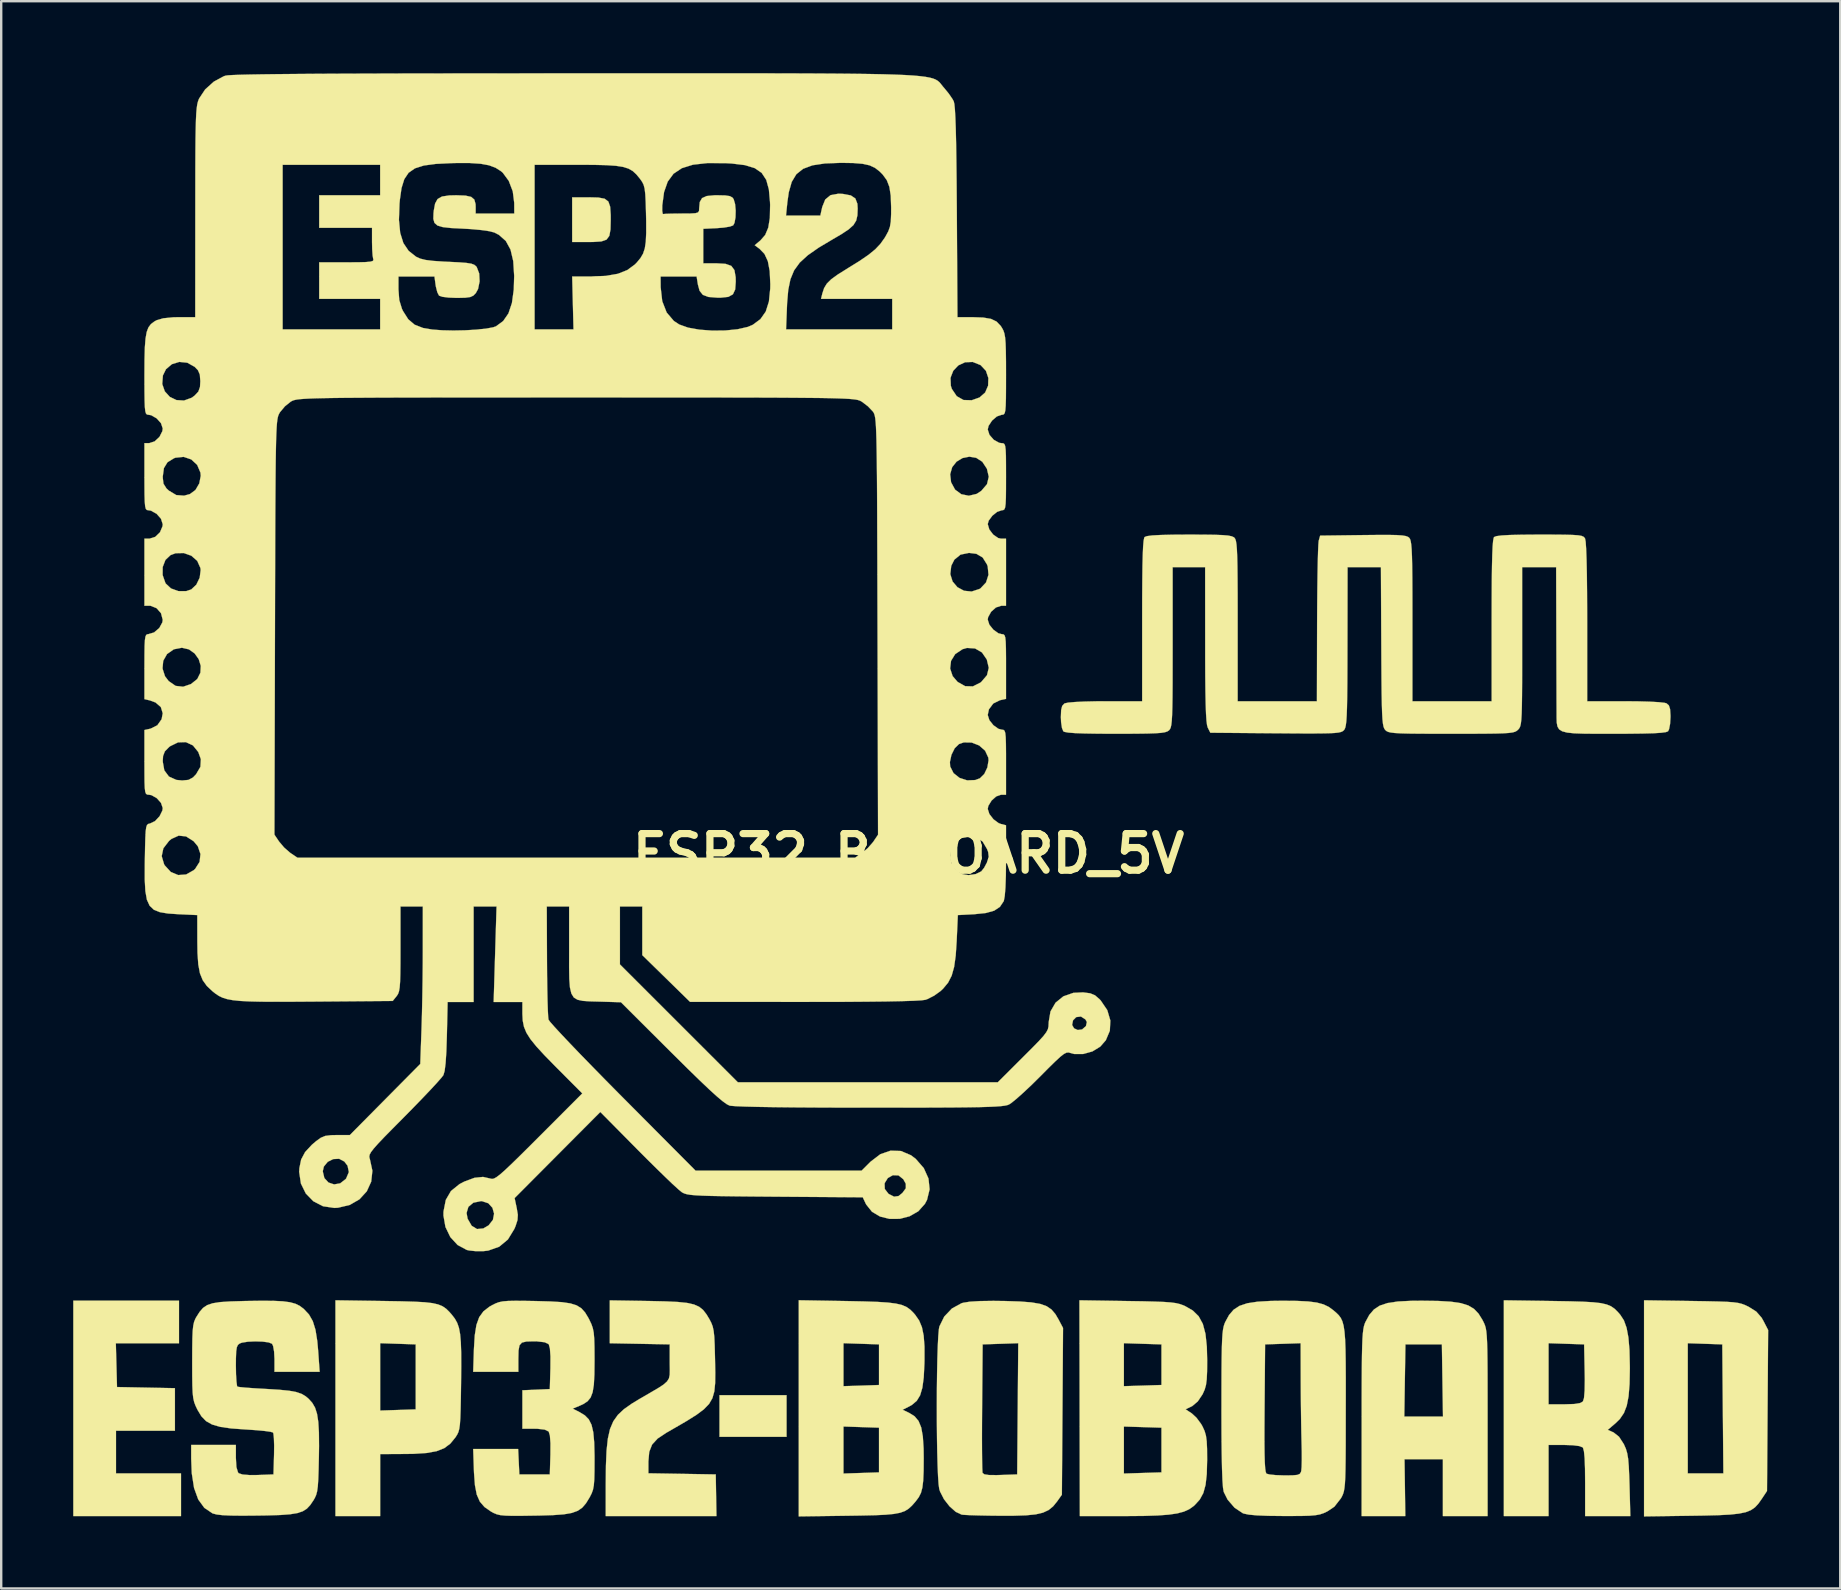
<source format=kicad_pcb>
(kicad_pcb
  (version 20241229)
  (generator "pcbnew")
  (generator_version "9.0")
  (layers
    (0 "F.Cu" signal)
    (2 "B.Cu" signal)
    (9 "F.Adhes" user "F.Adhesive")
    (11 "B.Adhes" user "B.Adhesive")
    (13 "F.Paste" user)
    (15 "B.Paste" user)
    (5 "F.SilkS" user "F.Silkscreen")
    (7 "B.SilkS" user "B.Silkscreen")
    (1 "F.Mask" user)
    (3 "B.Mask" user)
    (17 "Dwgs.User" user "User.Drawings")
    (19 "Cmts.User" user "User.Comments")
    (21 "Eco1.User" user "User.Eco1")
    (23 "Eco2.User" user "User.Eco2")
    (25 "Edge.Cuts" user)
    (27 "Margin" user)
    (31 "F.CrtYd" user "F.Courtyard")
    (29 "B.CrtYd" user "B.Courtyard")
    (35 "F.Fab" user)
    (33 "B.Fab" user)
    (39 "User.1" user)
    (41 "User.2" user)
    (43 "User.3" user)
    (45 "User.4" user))
  (footprint "ESP32_BOBOARD_5V"
    (layer "F.Cu")
    (at 34.803 32.518)
    (property "Reference" "ESP32_BOBOARD_5V" (at 0 0 0) (layer "F.SilkS") (effects (font (size 1.524 1.524) (thickness 0.3))))
    (attr exclude_from_pos_files exclude_from_bom)
    (fp_poly (pts (xy -5.08 24.299) (xy -7.874 24.299) (xy -7.874 22.564) (xy -5.08 22.564) (xy -5.08 24.299)) (stroke (width 0.01) (type solid)) (fill yes) (layer "F.SilkS"))
    (fp_poly (pts (xy -30.395 20.405) (xy -33.026 20.405) (xy -33.002 21.315) (xy -32.978 22.225) (xy -30.565 22.272) (xy -30.565 24.045) (xy -33.02 24.045) (xy -33.02 25.823) (xy -30.311 25.823) (xy -30.311 27.601) (xy -34.798 27.601) (xy -34.798 18.627) (xy -30.395 18.627) (xy -30.395 20.405)) (stroke (width 0.01) (type solid)) (fill yes) (layer "F.SilkS"))
    (fp_poly (pts (xy -12.923 -27.337) (xy -12.659 -27.288) (xy -12.505 -27.17) (xy -12.43 -26.955) (xy -12.407 -26.612) (xy -12.406 -26.416) (xy -12.416 -26.009) (xy -12.464 -25.742) (xy -12.58 -25.585) (xy -12.793 -25.509) (xy -13.131 -25.486) (xy -13.324 -25.485) (xy -14.012 -25.485) (xy -14.013 -26.416) (xy -14.013 -27.347) (xy -13.325 -27.347) (xy -12.923 -27.337)) (stroke (width 0.01) (type solid)) (fill yes) (layer "F.SilkS"))
    (fp_poly (pts (xy 32.618 18.64) (xy 33.248 18.65) (xy 33.733 18.661) (xy 34.098 18.674) (xy 34.369 18.694) (xy 34.57 18.721) (xy 34.726 18.76) (xy 34.861 18.811) (xy 35.001 18.878) (xy 35.006 18.881) (xy 35.326 19.082) (xy 35.546 19.335) (xy 35.623 19.471) (xy 35.819 19.849) (xy 35.772 26.556) (xy 35.546 26.896) (xy 35.41 27.087) (xy 35.269 27.238) (xy 35.103 27.353) (xy 34.888 27.439) (xy 34.604 27.498) (xy 34.23 27.539) (xy 33.742 27.564) (xy 33.12 27.58) (xy 32.66 27.587) (xy 30.649 27.615) (xy 30.649 25.823) (xy 32.47 25.823) (xy 33.954 25.823) (xy 33.931 23.135) (xy 33.909 20.447) (xy 33.189 20.423) (xy 32.47 20.399) (xy 32.47 25.823) (xy 30.649 25.823) (xy 30.649 18.611) (xy 32.618 18.64)) (stroke (width 0.01) (type solid)) (fill yes) (layer "F.SilkS"))
    (fp_poly (pts (xy -21.823 18.641) (xy -21.128 18.653) (xy -20.581 18.669) (xy -20.157 18.692) (xy -19.836 18.729) (xy -19.595 18.784) (xy -19.411 18.861) (xy -19.261 18.965) (xy -19.124 19.1) (xy -19.02 19.22) (xy -18.897 19.381) (xy -18.802 19.553) (xy -18.731 19.757) (xy -18.682 20.018) (xy -18.652 20.356) (xy -18.637 20.796) (xy -18.635 21.36) (xy -18.642 22.062) (xy -18.651 22.687) (xy -18.661 23.166) (xy -18.673 23.523) (xy -18.691 23.782) (xy -18.717 23.966) (xy -18.753 24.1) (xy -18.803 24.206) (xy -18.867 24.308) (xy -18.881 24.328) (xy -19.091 24.584) (xy -19.341 24.771) (xy -19.66 24.897) (xy -20.077 24.973) (xy -20.619 25.008) (xy -20.928 25.013) (xy -22.012 25.019) (xy -22.013 26.31) (xy -22.013 27.601) (xy -23.876 27.601) (xy -23.876 23.205) (xy -22.013 23.205) (xy -20.532 23.156) (xy -20.532 20.447) (xy -22.013 20.398) (xy -22.013 23.205) (xy -23.876 23.205) (xy -23.876 18.611) (xy -21.823 18.641)) (stroke (width 0.01) (type solid)) (fill yes) (layer "F.SilkS"))
    (fp_poly (pts (xy 22.073 18.638) (xy 22.604 18.669) (xy 23.014 18.729) (xy 23.325 18.826) (xy 23.563 18.968) (xy 23.75 19.163) (xy 23.91 19.419) (xy 23.939 19.475) (xy 23.984 19.566) (xy 24.021 19.657) (xy 24.052 19.764) (xy 24.076 19.904) (xy 24.094 20.092) (xy 24.108 20.344) (xy 24.118 20.675) (xy 24.124 21.103) (xy 24.128 21.642) (xy 24.129 22.308) (xy 24.13 23.118) (xy 24.13 23.725) (xy 24.13 27.601) (xy 22.267 27.601) (xy 22.267 25.231) (xy 20.668 25.231) (xy 20.685 26.416) (xy 20.701 27.601) (xy 19.791 27.601) (xy 18.881 27.601) (xy 18.883 23.728) (xy 18.883 23.453) (xy 20.659 23.453) (xy 22.271 23.453) (xy 22.248 21.95) (xy 22.225 20.447) (xy 20.706 20.447) (xy 20.682 21.95) (xy 20.659 23.453) (xy 18.883 23.453) (xy 18.883 22.811) (xy 18.885 22.047) (xy 18.889 21.421) (xy 18.895 20.918) (xy 18.904 20.521) (xy 18.916 20.214) (xy 18.933 19.983) (xy 18.954 19.811) (xy 18.98 19.682) (xy 19.012 19.581) (xy 19.04 19.516) (xy 19.201 19.219) (xy 19.392 18.995) (xy 19.637 18.833) (xy 19.961 18.725) (xy 20.388 18.661) (xy 20.943 18.633) (xy 21.397 18.629) (xy 22.073 18.638)) (stroke (width 0.01) (type solid)) (fill yes) (layer "F.SilkS"))
    (fp_poly (pts (xy -10.774 18.641) (xy -10.121 18.656) (xy -9.613 18.68) (xy -9.226 18.72) (xy -8.937 18.785) (xy -8.722 18.881) (xy -8.556 19.015) (xy -8.416 19.196) (xy -8.297 19.393) (xy -8.216 19.549) (xy -8.157 19.703) (xy -8.118 19.887) (xy -8.091 20.135) (xy -8.075 20.479) (xy -8.063 20.952) (xy -8.06 21.082) (xy -8.05 21.625) (xy -8.055 22.058) (xy -8.089 22.404) (xy -8.169 22.687) (xy -8.309 22.929) (xy -8.526 23.153) (xy -8.835 23.384) (xy -9.251 23.645) (xy -9.79 23.958) (xy -10.086 24.128) (xy -10.453 24.372) (xy -10.683 24.623) (xy -10.802 24.926) (xy -10.837 25.326) (xy -10.837 25.351) (xy -10.837 25.819) (xy -9.434 25.842) (xy -8.03 25.866) (xy -8.001 27.601) (xy -10.308 27.601) (xy -12.615 27.601) (xy -12.614 26.268) (xy -12.606 25.499) (xy -12.58 24.876) (xy -12.526 24.376) (xy -12.436 23.976) (xy -12.299 23.653) (xy -12.107 23.383) (xy -11.852 23.144) (xy -11.523 22.913) (xy -11.218 22.728) (xy -10.763 22.464) (xy -10.43 22.269) (xy -10.201 22.119) (xy -10.058 21.991) (xy -9.98 21.864) (xy -9.948 21.713) (xy -9.944 21.516) (xy -9.948 21.249) (xy -9.948 21.207) (xy -9.948 20.447) (xy -11.197 20.424) (xy -12.446 20.4) (xy -12.446 18.614) (xy -10.774 18.641)) (stroke (width 0.01) (type solid)) (fill yes) (layer "F.SilkS"))
    (fp_poly (pts (xy -2.561 18.643) (xy -1.853 18.658) (xy -1.293 18.677) (xy -0.858 18.705) (xy -0.526 18.747) (xy -0.274 18.807) (xy -0.082 18.889) (xy 0.073 18.999) (xy 0.214 19.139) (xy 0.277 19.212) (xy 0.444 19.452) (xy 0.561 19.733) (xy 0.633 20.084) (xy 0.667 20.535) (xy 0.667 21.118) (xy 0.664 21.248) (xy 0.636 21.821) (xy 0.579 22.253) (xy 0.485 22.57) (xy 0.345 22.799) (xy 0.147 22.967) (xy 0.023 23.037) (xy -0.244 23.172) (xy 0.034 23.305) (xy 0.256 23.445) (xy 0.419 23.638) (xy 0.531 23.91) (xy 0.598 24.284) (xy 0.63 24.786) (xy 0.635 25.188) (xy 0.631 25.723) (xy 0.614 26.121) (xy 0.579 26.414) (xy 0.52 26.635) (xy 0.429 26.815) (xy 0.301 26.987) (xy 0.286 27.005) (xy 0.143 27.168) (xy 0.004 27.295) (xy -0.152 27.392) (xy -0.349 27.463) (xy -0.609 27.512) (xy -0.954 27.545) (xy -1.406 27.566) (xy -1.989 27.579) (xy -2.519 27.587) (xy -4.572 27.615) (xy -4.572 25.83) (xy -2.709 25.83) (xy -1.228 25.781) (xy -1.228 23.918) (xy -2.709 23.869) (xy -2.709 25.83) (xy -4.572 25.83) (xy -4.572 22.189) (xy -2.709 22.189) (xy -1.228 22.14) (xy -1.228 20.447) (xy -2.709 20.398) (xy -2.709 22.189) (xy -4.572 22.189) (xy -4.572 18.609) (xy -2.561 18.643)) (stroke (width 0.01) (type solid)) (fill yes) (layer "F.SilkS"))
    (fp_poly (pts (xy 26.86 18.641) (xy 27.555 18.653) (xy 28.103 18.669) (xy 28.526 18.693) (xy 28.847 18.729) (xy 29.089 18.784) (xy 29.272 18.86) (xy 29.421 18.963) (xy 29.557 19.098) (xy 29.658 19.214) (xy 29.81 19.448) (xy 29.921 19.756) (xy 29.997 20.16) (xy 30.041 20.683) (xy 30.056 21.347) (xy 30.057 21.452) (xy 30.045 22.101) (xy 30.004 22.608) (xy 29.928 23.002) (xy 29.81 23.308) (xy 29.642 23.555) (xy 29.468 23.726) (xy 29.137 24.009) (xy 29.38 24.117) (xy 29.606 24.296) (xy 29.809 24.608) (xy 29.815 24.622) (xy 29.892 24.798) (xy 29.947 24.984) (xy 29.986 25.214) (xy 30.012 25.522) (xy 30.031 25.942) (xy 30.043 26.31) (xy 30.077 27.601) (xy 28.194 27.601) (xy 28.194 26.221) (xy 28.189 25.627) (xy 28.173 25.191) (xy 28.145 24.905) (xy 28.105 24.756) (xy 28.092 24.74) (xy 27.95 24.684) (xy 27.672 24.649) (xy 27.33 24.638) (xy 26.67 24.638) (xy 26.67 27.601) (xy 24.807 27.601) (xy 24.807 22.945) (xy 26.67 22.945) (xy 27.337 22.945) (xy 27.738 22.932) (xy 27.989 22.89) (xy 28.101 22.827) (xy 28.147 22.682) (xy 28.173 22.377) (xy 28.18 21.909) (xy 28.175 21.578) (xy 28.152 20.447) (xy 27.411 20.423) (xy 26.67 20.398) (xy 26.67 22.945) (xy 24.807 22.945) (xy 24.807 18.611) (xy 26.86 18.641)) (stroke (width 0.01) (type solid)) (fill yes) (layer "F.SilkS"))
    (fp_poly (pts (xy 4.015 18.641) (xy 4.64 18.661) (xy 5.122 18.698) (xy 5.485 18.76) (xy 5.756 18.856) (xy 5.959 18.995) (xy 6.121 19.185) (xy 6.243 19.392) (xy 6.44 19.764) (xy 6.416 23.238) (xy 6.392 26.712) (xy 6.189 26.997) (xy 6.024 27.199) (xy 5.838 27.35) (xy 5.606 27.458) (xy 5.301 27.53) (xy 4.898 27.57) (xy 4.373 27.587) (xy 3.852 27.588) (xy 3.362 27.583) (xy 2.919 27.574) (xy 2.556 27.563) (xy 2.307 27.55) (xy 2.216 27.541) (xy 1.97 27.425) (xy 1.711 27.196) (xy 1.48 26.9) (xy 1.317 26.582) (xy 1.283 26.477) (xy 1.255 26.277) (xy 1.232 25.935) (xy 1.213 25.476) (xy 1.198 24.924) (xy 1.188 24.325) (xy 3.062 24.325) (xy 3.064 24.853) (xy 3.068 25.285) (xy 3.074 25.6) (xy 3.083 25.776) (xy 3.088 25.805) (xy 3.163 25.862) (xy 3.35 25.891) (xy 3.672 25.895) (xy 3.83 25.89) (xy 4.53 25.866) (xy 4.552 23.132) (xy 4.574 20.398) (xy 3.832 20.423) (xy 3.09 20.447) (xy 3.068 23.071) (xy 3.064 23.724) (xy 3.062 24.325) (xy 1.188 24.325) (xy 1.188 24.303) (xy 1.182 23.639) (xy 1.181 22.955) (xy 1.184 22.276) (xy 1.192 21.626) (xy 1.204 21.031) (xy 1.221 20.514) (xy 1.242 20.101) (xy 1.267 19.815) (xy 1.287 19.704) (xy 1.491 19.288) (xy 1.811 18.952) (xy 2.207 18.735) (xy 2.281 18.713) (xy 2.554 18.669) (xy 2.98 18.643) (xy 3.54 18.635) (xy 4.015 18.641)) (stroke (width 0.01) (type solid)) (fill yes) (layer "F.SilkS"))
    (fp_poly (pts (xy 9.128 18.642) (xy 9.773 18.652) (xy 10.273 18.665) (xy 10.652 18.68) (xy 10.934 18.701) (xy 11.145 18.729) (xy 11.308 18.768) (xy 11.448 18.818) (xy 11.522 18.85) (xy 11.848 19.038) (xy 12.093 19.279) (xy 12.265 19.595) (xy 12.375 20.01) (xy 12.432 20.547) (xy 12.446 21.119) (xy 12.442 21.574) (xy 12.427 21.901) (xy 12.396 22.14) (xy 12.342 22.331) (xy 12.26 22.515) (xy 12.255 22.525) (xy 12.056 22.822) (xy 11.826 23.017) (xy 11.806 23.027) (xy 11.547 23.153) (xy 11.806 23.324) (xy 12.003 23.507) (xy 12.194 23.765) (xy 12.255 23.873) (xy 12.339 24.058) (xy 12.394 24.248) (xy 12.426 24.482) (xy 12.441 24.803) (xy 12.444 25.251) (xy 12.444 25.27) (xy 12.429 25.852) (xy 12.379 26.299) (xy 12.285 26.642) (xy 12.137 26.913) (xy 11.926 27.145) (xy 11.868 27.195) (xy 11.691 27.319) (xy 11.475 27.416) (xy 11.199 27.49) (xy 10.842 27.542) (xy 10.382 27.576) (xy 9.799 27.595) (xy 9.071 27.601) (xy 8.942 27.601) (xy 7.14 27.601) (xy 7.136 25.83) (xy 8.975 25.83) (xy 9.758 25.805) (xy 10.541 25.781) (xy 10.541 23.918) (xy 9.758 23.894) (xy 8.975 23.87) (xy 8.975 25.83) (xy 7.136 25.83) (xy 7.131 23.106) (xy 7.13 22.189) (xy 8.975 22.189) (xy 9.758 22.165) (xy 10.541 22.14) (xy 10.541 20.447) (xy 9.758 20.423) (xy 8.975 20.398) (xy 8.975 22.189) (xy 7.13 22.189) (xy 7.123 18.611) (xy 9.128 18.642)) (stroke (width 0.01) (type solid)) (fill yes) (layer "F.SilkS"))
    (fp_poly (pts (xy 16.188 18.636) (xy 16.658 18.659) (xy 17.016 18.706) (xy 17.293 18.781) (xy 17.516 18.889) (xy 17.696 19.021) (xy 17.823 19.129) (xy 17.928 19.232) (xy 18.012 19.345) (xy 18.079 19.486) (xy 18.13 19.671) (xy 18.167 19.916) (xy 18.193 20.238) (xy 18.209 20.655) (xy 18.217 21.182) (xy 18.221 21.836) (xy 18.221 22.634) (xy 18.22 23.128) (xy 18.219 23.972) (xy 18.218 24.663) (xy 18.214 25.219) (xy 18.208 25.658) (xy 18.199 25.995) (xy 18.185 26.249) (xy 18.165 26.437) (xy 18.14 26.576) (xy 18.107 26.682) (xy 18.066 26.774) (xy 18.02 26.859) (xy 17.746 27.21) (xy 17.445 27.411) (xy 17.293 27.481) (xy 17.141 27.532) (xy 16.957 27.565) (xy 16.711 27.586) (xy 16.372 27.596) (xy 15.909 27.598) (xy 15.624 27.598) (xy 14.993 27.591) (xy 14.516 27.572) (xy 14.179 27.541) (xy 13.966 27.496) (xy 13.928 27.481) (xy 13.586 27.252) (xy 13.297 26.917) (xy 13.135 26.594) (xy 13.106 26.423) (xy 13.082 26.099) (xy 13.064 25.618) (xy 13.051 24.978) (xy 13.046 24.513) (xy 14.831 24.513) (xy 14.836 24.998) (xy 14.846 25.357) (xy 14.862 25.606) (xy 14.884 25.759) (xy 14.914 25.831) (xy 14.921 25.837) (xy 15.054 25.87) (xy 15.305 25.895) (xy 15.624 25.906) (xy 15.675 25.907) (xy 16.005 25.904) (xy 16.202 25.886) (xy 16.306 25.843) (xy 16.353 25.765) (xy 16.366 25.718) (xy 16.381 25.558) (xy 16.388 25.273) (xy 16.387 24.904) (xy 16.379 24.553) (xy 16.369 24.134) (xy 16.36 23.598) (xy 16.352 22.998) (xy 16.347 22.386) (xy 16.345 21.989) (xy 16.341 20.398) (xy 15.6 20.423) (xy 14.859 20.447) (xy 14.837 23.108) (xy 14.832 23.888) (xy 14.831 24.513) (xy 13.046 24.513) (xy 13.043 24.176) (xy 13.04 23.208) (xy 13.041 23.08) (xy 13.042 22.248) (xy 13.044 21.567) (xy 13.049 21.021) (xy 13.057 20.591) (xy 13.069 20.261) (xy 13.085 20.012) (xy 13.107 19.828) (xy 13.135 19.69) (xy 13.17 19.581) (xy 13.198 19.516) (xy 13.357 19.225) (xy 13.547 19.003) (xy 13.792 18.843) (xy 14.117 18.734) (xy 14.545 18.669) (xy 15.1 18.637) (xy 15.579 18.631) (xy 16.188 18.636)) (stroke (width 0.01) (type solid)) (fill yes) (layer "F.SilkS"))
    (fp_poly (pts (xy -15.961 18.635) (xy -15.536 18.642) (xy -14.918 18.659) (xy -14.444 18.688) (xy -14.087 18.74) (xy -13.824 18.823) (xy -13.628 18.946) (xy -13.474 19.118) (xy -13.336 19.347) (xy -13.293 19.432) (xy -13.21 19.607) (xy -13.153 19.772) (xy -13.115 19.962) (xy -13.094 20.212) (xy -13.084 20.555) (xy -13.081 21.027) (xy -13.081 21.128) (xy -13.087 21.7) (xy -13.11 22.129) (xy -13.16 22.441) (xy -13.244 22.662) (xy -13.371 22.818) (xy -13.549 22.935) (xy -13.691 23) (xy -13.991 23.125) (xy -13.708 23.268) (xy -13.485 23.404) (xy -13.32 23.572) (xy -13.206 23.799) (xy -13.133 24.11) (xy -13.095 24.532) (xy -13.081 25.09) (xy -13.081 25.231) (xy -13.083 25.717) (xy -13.091 26.069) (xy -13.111 26.321) (xy -13.146 26.506) (xy -13.202 26.659) (xy -13.282 26.816) (xy -13.293 26.835) (xy -13.439 27.072) (xy -13.593 27.251) (xy -13.78 27.381) (xy -14.026 27.47) (xy -14.358 27.528) (xy -14.799 27.561) (xy -15.377 27.579) (xy -15.579 27.582) (xy -16.117 27.59) (xy -16.515 27.591) (xy -16.801 27.582) (xy -17.006 27.562) (xy -17.157 27.526) (xy -17.284 27.473) (xy -17.394 27.413) (xy -17.666 27.224) (xy -17.859 27) (xy -17.988 26.708) (xy -18.064 26.316) (xy -18.103 25.793) (xy -18.106 25.718) (xy -18.137 24.807) (xy -16.264 24.807) (xy -16.239 25.337) (xy -16.214 25.866) (xy -14.944 25.866) (xy -14.919 25.031) (xy -14.917 24.565) (xy -14.941 24.244) (xy -14.991 24.081) (xy -14.993 24.079) (xy -15.156 23.999) (xy -15.467 23.963) (xy -15.589 23.961) (xy -16.087 23.961) (xy -16.087 22.36) (xy -14.944 22.31) (xy -14.919 21.433) (xy -14.917 20.949) (xy -14.94 20.618) (xy -14.988 20.445) (xy -14.993 20.438) (xy -15.158 20.359) (xy -15.482 20.322) (xy -15.622 20.32) (xy -15.921 20.328) (xy -16.107 20.373) (xy -16.208 20.488) (xy -16.248 20.705) (xy -16.256 21.057) (xy -16.256 21.089) (xy -16.256 21.59) (xy -18.137 21.59) (xy -18.106 20.637) (xy -18.071 20.067) (xy -18.002 19.636) (xy -17.886 19.314) (xy -17.711 19.072) (xy -17.465 18.88) (xy -17.35 18.815) (xy -17.205 18.742) (xy -17.065 18.69) (xy -16.902 18.656) (xy -16.683 18.638) (xy -16.38 18.632) (xy -15.961 18.635)) (stroke (width 0.01) (type solid)) (fill yes) (layer "F.SilkS"))
    (fp_poly (pts (xy -26.457 18.634) (xy -26.065 18.653) (xy -25.769 18.693) (xy -25.543 18.755) (xy -25.364 18.843) (xy -25.206 18.962) (xy -25.194 18.972) (xy -24.977 19.204) (xy -24.819 19.482) (xy -24.708 19.84) (xy -24.633 20.31) (xy -24.596 20.722) (xy -24.535 21.59) (xy -26.416 21.59) (xy -26.416 21.057) (xy -26.432 20.75) (xy -26.473 20.517) (xy -26.518 20.422) (xy -26.66 20.365) (xy -26.912 20.332) (xy -27.22 20.322) (xy -27.525 20.336) (xy -27.77 20.375) (xy -27.861 20.408) (xy -27.937 20.466) (xy -27.985 20.566) (xy -28.012 20.742) (xy -28.023 21.028) (xy -28.025 21.334) (xy -28.019 21.693) (xy -28.002 21.983) (xy -27.979 22.166) (xy -27.961 22.209) (xy -27.857 22.227) (xy -27.618 22.25) (xy -27.275 22.275) (xy -26.864 22.299) (xy -26.767 22.304) (xy -26.221 22.338) (xy -25.813 22.378) (xy -25.514 22.432) (xy -25.293 22.507) (xy -25.119 22.609) (xy -25 22.709) (xy -24.843 22.882) (xy -24.725 23.085) (xy -24.643 23.342) (xy -24.591 23.678) (xy -24.565 24.118) (xy -24.56 24.686) (xy -24.566 25.117) (xy -24.578 25.663) (xy -24.592 26.068) (xy -24.611 26.361) (xy -24.64 26.571) (xy -24.681 26.724) (xy -24.738 26.851) (xy -24.794 26.947) (xy -24.927 27.143) (xy -25.066 27.292) (xy -25.237 27.401) (xy -25.463 27.477) (xy -25.77 27.527) (xy -26.182 27.557) (xy -26.723 27.574) (xy -27.136 27.58) (xy -27.757 27.585) (xy -28.231 27.58) (xy -28.578 27.564) (xy -28.82 27.536) (xy -28.979 27.495) (xy -29.003 27.486) (xy -29.34 27.258) (xy -29.593 26.91) (xy -29.767 26.432) (xy -29.863 25.817) (xy -29.887 25.203) (xy -29.887 24.638) (xy -28.025 24.638) (xy -28.025 25.178) (xy -28.003 25.56) (xy -27.937 25.78) (xy -27.906 25.817) (xy -27.746 25.87) (xy -27.445 25.894) (xy -27.123 25.891) (xy -26.458 25.866) (xy -26.434 25.026) (xy -26.43 24.663) (xy -26.44 24.365) (xy -26.46 24.17) (xy -26.478 24.119) (xy -26.584 24.089) (xy -26.826 24.055) (xy -27.167 24.023) (xy -27.575 23.995) (xy -27.634 23.992) (xy -28.227 23.949) (xy -28.679 23.884) (xy -29.016 23.786) (xy -29.268 23.644) (xy -29.461 23.445) (xy -29.622 23.178) (xy -29.633 23.156) (xy -29.708 22.999) (xy -29.763 22.851) (xy -29.801 22.683) (xy -29.825 22.466) (xy -29.838 22.169) (xy -29.844 21.765) (xy -29.845 21.224) (xy -29.845 21.167) (xy -29.843 20.605) (xy -29.837 20.186) (xy -29.824 19.881) (xy -29.8 19.664) (xy -29.765 19.508) (xy -29.715 19.384) (xy -29.676 19.313) (xy -29.536 19.093) (xy -29.394 18.929) (xy -29.222 18.813) (xy -28.994 18.735) (xy -28.682 18.686) (xy -28.258 18.658) (xy -27.696 18.642) (xy -27.624 18.64) (xy -26.968 18.631) (xy -26.457 18.634)) (stroke (width 0.01) (type solid)) (fill yes) (layer "F.SilkS"))
    (fp_poly (pts (xy 26.901 -13.292) (xy 27.351 -13.288) (xy 27.677 -13.279) (xy 27.9 -13.264) (xy 28.042 -13.24) (xy 28.126 -13.205) (xy 28.174 -13.157) (xy 28.191 -13.129) (xy 28.216 -12.996) (xy 28.236 -12.7) (xy 28.253 -12.247) (xy 28.266 -11.645) (xy 28.274 -10.898) (xy 28.278 -10.014) (xy 28.279 -9.658) (xy 28.279 -6.35) (xy 29.851 -6.35) (xy 30.408 -6.345) (xy 30.885 -6.332) (xy 31.259 -6.311) (xy 31.504 -6.284) (xy 31.586 -6.262) (xy 31.683 -6.177) (xy 31.733 -6.024) (xy 31.75 -5.757) (xy 31.75 -5.687) (xy 31.733 -5.403) (xy 31.69 -5.182) (xy 31.648 -5.097) (xy 31.559 -5.063) (xy 31.358 -5.036) (xy 31.035 -5.016) (xy 30.577 -5.004) (xy 29.97 -4.997) (xy 29.411 -4.995) (xy 28.711 -4.995) (xy 28.162 -4.999) (xy 27.746 -5.013) (xy 27.444 -5.044) (xy 27.238 -5.098) (xy 27.109 -5.181) (xy 27.04 -5.3) (xy 27.011 -5.46) (xy 27.005 -5.669) (xy 27.005 -5.827) (xy 27.004 -6.051) (xy 27.002 -6.419) (xy 27.001 -6.905) (xy 26.999 -7.483) (xy 26.997 -8.129) (xy 26.995 -8.816) (xy 26.994 -9.165) (xy 26.986 -11.938) (xy 25.569 -11.938) (xy 25.569 -8.636) (xy 25.569 -7.801) (xy 25.568 -7.118) (xy 25.564 -6.572) (xy 25.558 -6.146) (xy 25.549 -5.823) (xy 25.535 -5.588) (xy 25.516 -5.422) (xy 25.491 -5.311) (xy 25.459 -5.237) (xy 25.419 -5.185) (xy 25.4 -5.165) (xy 25.345 -5.117) (xy 25.275 -5.079) (xy 25.17 -5.05) (xy 25.012 -5.029) (xy 24.781 -5.014) (xy 24.46 -5.004) (xy 24.029 -4.999) (xy 23.47 -4.996) (xy 22.764 -4.995) (xy 22.619 -4.995) (xy 21.883 -4.996) (xy 21.298 -4.998) (xy 20.845 -5.003) (xy 20.506 -5.012) (xy 20.261 -5.027) (xy 20.093 -5.047) (xy 19.983 -5.074) (xy 19.913 -5.11) (xy 19.863 -5.155) (xy 19.862 -5.156) (xy 19.825 -5.21) (xy 19.794 -5.291) (xy 19.77 -5.416) (xy 19.75 -5.6) (xy 19.735 -5.861) (xy 19.724 -6.215) (xy 19.715 -6.677) (xy 19.709 -7.265) (xy 19.704 -7.993) (xy 19.701 -8.628) (xy 19.685 -11.938) (xy 18.99 -11.938) (xy 18.295 -11.938) (xy 18.29 -8.62) (xy 18.288 -7.774) (xy 18.285 -7.081) (xy 18.279 -6.525) (xy 18.271 -6.091) (xy 18.259 -5.762) (xy 18.244 -5.521) (xy 18.223 -5.354) (xy 18.198 -5.244) (xy 18.166 -5.174) (xy 18.145 -5.147) (xy 18.097 -5.104) (xy 18.027 -5.071) (xy 17.916 -5.045) (xy 17.746 -5.027) (xy 17.499 -5.015) (xy 17.158 -5.009) (xy 16.704 -5.007) (xy 16.118 -5.009) (xy 15.384 -5.015) (xy 15.292 -5.015) (xy 12.578 -5.038) (xy 12.471 -5.249) (xy 12.441 -5.352) (xy 12.417 -5.541) (xy 12.398 -5.829) (xy 12.384 -6.229) (xy 12.373 -6.753) (xy 12.366 -7.415) (xy 12.363 -8.227) (xy 12.363 -8.7) (xy 12.361 -11.938) (xy 11.007 -11.938) (xy 11.007 -8.607) (xy 11.006 -7.765) (xy 11.005 -7.077) (xy 11.001 -6.526) (xy 10.994 -6.095) (xy 10.984 -5.769) (xy 10.97 -5.532) (xy 10.951 -5.366) (xy 10.927 -5.257) (xy 10.896 -5.187) (xy 10.858 -5.141) (xy 10.852 -5.135) (xy 10.785 -5.091) (xy 10.681 -5.057) (xy 10.519 -5.032) (xy 10.279 -5.015) (xy 9.939 -5.004) (xy 9.478 -4.998) (xy 8.877 -4.995) (xy 8.625 -4.995) (xy 7.91 -4.998) (xy 7.353 -5.007) (xy 6.94 -5.022) (xy 6.659 -5.044) (xy 6.498 -5.074) (xy 6.452 -5.097) (xy 6.396 -5.233) (xy 6.359 -5.477) (xy 6.35 -5.687) (xy 6.361 -5.981) (xy 6.404 -6.153) (xy 6.49 -6.249) (xy 6.514 -6.262) (xy 6.656 -6.293) (xy 6.942 -6.318) (xy 7.347 -6.337) (xy 7.845 -6.348) (xy 8.207 -6.35) (xy 9.737 -6.35) (xy 9.737 -9.72) (xy 9.738 -10.63) (xy 9.743 -11.382) (xy 9.75 -11.987) (xy 9.762 -12.456) (xy 9.777 -12.8) (xy 9.797 -13.031) (xy 9.822 -13.159) (xy 9.838 -13.191) (xy 9.937 -13.229) (xy 10.156 -13.258) (xy 10.508 -13.277) (xy 11.003 -13.289) (xy 11.655 -13.293) (xy 11.695 -13.293) (xy 12.299 -13.291) (xy 12.756 -13.285) (xy 13.088 -13.272) (xy 13.317 -13.253) (xy 13.465 -13.223) (xy 13.554 -13.184) (xy 13.583 -13.16) (xy 13.617 -13.109) (xy 13.645 -13.021) (xy 13.667 -12.88) (xy 13.684 -12.671) (xy 13.697 -12.377) (xy 13.706 -11.982) (xy 13.711 -11.472) (xy 13.715 -10.83) (xy 13.716 -10.041) (xy 13.716 -9.688) (xy 13.716 -6.35) (xy 17.018 -6.35) (xy 17.026 -9.588) (xy 17.03 -10.321) (xy 17.036 -11.006) (xy 17.044 -11.625) (xy 17.054 -12.156) (xy 17.066 -12.581) (xy 17.079 -12.879) (xy 17.092 -13.031) (xy 17.094 -13.039) (xy 17.153 -13.25) (xy 18.94 -13.273) (xy 19.547 -13.279) (xy 20.006 -13.28) (xy 20.341 -13.273) (xy 20.573 -13.257) (xy 20.725 -13.232) (xy 20.818 -13.196) (xy 20.863 -13.161) (xy 20.897 -13.111) (xy 20.925 -13.025) (xy 20.947 -12.888) (xy 20.965 -12.683) (xy 20.978 -12.395) (xy 20.987 -12.009) (xy 20.993 -11.507) (xy 20.996 -10.876) (xy 20.997 -10.098) (xy 20.997 -9.688) (xy 20.997 -6.35) (xy 24.299 -6.35) (xy 24.299 -9.72) (xy 24.301 -10.63) (xy 24.305 -11.382) (xy 24.313 -11.987) (xy 24.325 -12.456) (xy 24.34 -12.8) (xy 24.36 -13.031) (xy 24.384 -13.159) (xy 24.401 -13.191) (xy 24.499 -13.229) (xy 24.715 -13.257) (xy 25.062 -13.277) (xy 25.553 -13.288) (xy 26.198 -13.293) (xy 26.303 -13.293) (xy 26.901 -13.292)) (stroke (width 0.01) (type solid)) (fill yes) (layer "F.SilkS"))
    (fp_poly (pts (xy -7.376 -32.513) (xy -6.119 -32.512) (xy -4.993 -32.51) (xy -3.992 -32.506) (xy -3.106 -32.501) (xy -2.33 -32.494) (xy -1.654 -32.485) (xy -1.072 -32.474) (xy -0.575 -32.459) (xy -0.157 -32.442) (xy 0.19 -32.421) (xy 0.474 -32.396) (xy 0.702 -32.367) (xy 0.883 -32.334) (xy 1.023 -32.297) (xy 1.13 -32.254) (xy 1.212 -32.206) (xy 1.276 -32.153) (xy 1.331 -32.094) (xy 1.382 -32.029) (xy 1.439 -31.957) (xy 1.482 -31.908) (xy 1.678 -31.669) (xy 1.837 -31.437) (xy 1.887 -31.343) (xy 1.912 -31.232) (xy 1.934 -31.014) (xy 1.953 -30.68) (xy 1.97 -30.222) (xy 1.984 -29.63) (xy 1.995 -28.897) (xy 2.005 -28.014) (xy 2.013 -26.971) (xy 2.015 -26.733) (xy 2.04 -22.352) (xy 2.666 -22.352) (xy 3.118 -22.336) (xy 3.441 -22.28) (xy 3.669 -22.17) (xy 3.84 -21.993) (xy 3.894 -21.91) (xy 3.953 -21.801) (xy 3.996 -21.675) (xy 4.026 -21.508) (xy 4.046 -21.272) (xy 4.057 -20.943) (xy 4.063 -20.494) (xy 4.064 -19.96) (xy 4.063 -19.389) (xy 4.06 -18.966) (xy 4.051 -18.667) (xy 4.036 -18.473) (xy 4.01 -18.359) (xy 3.973 -18.305) (xy 3.922 -18.289) (xy 3.891 -18.288) (xy 3.684 -18.217) (xy 3.481 -18.043) (xy 3.337 -17.823) (xy 3.302 -17.672) (xy 3.375 -17.447) (xy 3.553 -17.244) (xy 3.779 -17.118) (xy 3.879 -17.103) (xy 3.947 -17.098) (xy 3.996 -17.066) (xy 4.029 -16.985) (xy 4.049 -16.829) (xy 4.06 -16.575) (xy 4.063 -16.199) (xy 4.064 -15.706) (xy 4.063 -15.19) (xy 4.059 -14.82) (xy 4.047 -14.571) (xy 4.026 -14.42) (xy 3.993 -14.342) (xy 3.943 -14.313) (xy 3.891 -14.309) (xy 3.694 -14.241) (xy 3.492 -14.078) (xy 3.343 -13.875) (xy 3.302 -13.731) (xy 3.368 -13.507) (xy 3.53 -13.294) (xy 3.736 -13.151) (xy 3.858 -13.123) (xy 4.064 -13.123) (xy 4.064 -10.329) (xy 3.867 -10.329) (xy 3.645 -10.257) (xy 3.443 -10.078) (xy 3.318 -9.852) (xy 3.302 -9.749) (xy 3.37 -9.539) (xy 3.538 -9.33) (xy 3.747 -9.181) (xy 3.891 -9.144) (xy 3.956 -9.137) (xy 4.002 -9.099) (xy 4.033 -9.006) (xy 4.051 -8.833) (xy 4.06 -8.556) (xy 4.064 -8.151) (xy 4.064 -7.796) (xy 4.064 -6.448) (xy 3.81 -6.392) (xy 3.532 -6.255) (xy 3.351 -6.011) (xy 3.302 -5.777) (xy 3.37 -5.563) (xy 3.537 -5.352) (xy 3.746 -5.202) (xy 3.891 -5.165) (xy 3.956 -5.157) (xy 4.002 -5.12) (xy 4.033 -5.027) (xy 4.051 -4.855) (xy 4.06 -4.579) (xy 4.064 -4.174) (xy 4.064 -3.81) (xy 4.064 -2.455) (xy 3.858 -2.455) (xy 3.656 -2.384) (xy 3.461 -2.21) (xy 3.328 -1.992) (xy 3.302 -1.863) (xy 3.371 -1.65) (xy 3.54 -1.432) (xy 3.756 -1.272) (xy 3.851 -1.236) (xy 4.064 -1.182) (xy 4.064 0.294) (xy 4.058 0.914) (xy 4.04 1.409) (xy 4.011 1.765) (xy 3.973 1.969) (xy 3.966 1.984) (xy 3.81 2.217) (xy 3.572 2.376) (xy 3.224 2.474) (xy 2.743 2.524) (xy 2.057 2.56) (xy 2.008 3.645) (xy 1.968 4.251) (xy 1.902 4.72) (xy 1.8 5.084) (xy 1.651 5.375) (xy 1.445 5.623) (xy 1.329 5.732) (xy 1.067 5.919) (xy 0.785 6.062) (xy 0.701 6.091) (xy 0.535 6.112) (xy 0.204 6.131) (xy -0.286 6.146) (xy -0.932 6.159) (xy -1.727 6.168) (xy -2.668 6.175) (xy -3.749 6.177) (xy -4.36 6.178) (xy -9.102 6.176) (xy -10.097 5.202) (xy -11.091 4.229) (xy -11.091 2.201) (xy -12.023 2.201) (xy -12.023 4.615) (xy -7.111 9.525) (xy 3.723 9.525) (xy 4.782 8.468) (xy 5.162 8.088) (xy 5.438 7.805) (xy 5.627 7.596) (xy 5.745 7.439) (xy 5.81 7.312) (xy 5.836 7.191) (xy 5.838 7.14) (xy 6.818 7.14) (xy 6.9 7.28) (xy 7.054 7.349) (xy 7.234 7.325) (xy 7.391 7.189) (xy 7.395 7.183) (xy 7.433 7.015) (xy 7.372 6.907) (xy 7.186 6.787) (xy 6.989 6.811) (xy 6.855 6.948) (xy 6.818 7.14) (xy 5.838 7.14) (xy 5.842 7.054) (xy 5.842 7.02) (xy 5.917 6.575) (xy 6.128 6.211) (xy 6.454 5.946) (xy 6.872 5.8) (xy 7.274 5.781) (xy 7.569 5.819) (xy 7.771 5.902) (xy 7.958 6.063) (xy 8.01 6.118) (xy 8.284 6.522) (xy 8.411 6.952) (xy 8.39 7.38) (xy 8.223 7.775) (xy 7.99 8.042) (xy 7.664 8.241) (xy 7.28 8.348) (xy 6.906 8.348) (xy 6.76 8.309) (xy 6.673 8.284) (xy 6.584 8.292) (xy 6.474 8.348) (xy 6.322 8.467) (xy 6.109 8.664) (xy 5.814 8.954) (xy 5.498 9.273) (xy 5.139 9.628) (xy 4.8 9.947) (xy 4.508 10.208) (xy 4.288 10.387) (xy 4.186 10.453) (xy 4.113 10.48) (xy 4.005 10.502) (xy 3.851 10.521) (xy 3.638 10.537) (xy 3.353 10.55) (xy 2.985 10.561) (xy 2.52 10.569) (xy 1.947 10.575) (xy 1.254 10.579) (xy 0.427 10.582) (xy -0.544 10.583) (xy -1.622 10.583) (xy -2.785 10.582) (xy -3.838 10.578) (xy -4.774 10.572) (xy -5.583 10.563) (xy -6.258 10.552) (xy -6.791 10.539) (xy -7.175 10.524) (xy -7.401 10.507) (xy -7.451 10.499) (xy -7.569 10.441) (xy -7.744 10.315) (xy -7.986 10.112) (xy -8.304 9.823) (xy -8.708 9.439) (xy -9.209 8.951) (xy -9.815 8.35) (xy -9.863 8.303) (xy -11.98 6.192) (xy -12.882 6.165) (xy -13.269 6.155) (xy -13.568 6.135) (xy -13.789 6.088) (xy -13.945 5.993) (xy -14.046 5.829) (xy -14.105 5.578) (xy -14.132 5.22) (xy -14.14 4.735) (xy -14.139 4.103) (xy -14.139 4.009) (xy -14.139 2.201) (xy -15.071 2.201) (xy -15.062 4.466) (xy -15.058 5.078) (xy -15.05 5.641) (xy -15.04 6.131) (xy -15.027 6.523) (xy -15.013 6.795) (xy -14.999 6.917) (xy -14.93 7.012) (xy -14.752 7.215) (xy -14.478 7.512) (xy -14.118 7.893) (xy -13.685 8.345) (xy -13.189 8.855) (xy -12.643 9.413) (xy -12.058 10.005) (xy -11.908 10.156) (xy -8.872 13.208) (xy -1.952 13.208) (xy -1.576 12.832) (xy -1.171 12.523) (xy -0.744 12.376) (xy -0.313 12.39) (xy 0.105 12.568) (xy 0.302 12.717) (xy 0.639 13.105) (xy 0.834 13.538) (xy 0.88 13.987) (xy 0.773 14.426) (xy 0.685 14.593) (xy 0.408 14.903) (xy 0.046 15.11) (xy -0.364 15.216) (xy -0.786 15.219) (xy -1.184 15.121) (xy -1.522 14.92) (xy -1.763 14.618) (xy -1.778 14.589) (xy -1.905 14.319) (xy -5.55 14.293) (xy -6.434 14.286) (xy -7.166 14.279) (xy -7.76 14.271) (xy -8.232 14.262) (xy -8.599 14.25) (xy -8.876 14.235) (xy -9.079 14.217) (xy -9.225 14.193) (xy -9.328 14.164) (xy -9.405 14.129) (xy -9.444 14.106) (xy -9.57 14.003) (xy -9.796 13.797) (xy -9.862 13.735) (xy -0.996 13.735) (xy -0.987 13.972) (xy -0.835 14.171) (xy -0.828 14.177) (xy -0.601 14.293) (xy -0.414 14.267) (xy -0.254 14.139) (xy -0.11 13.943) (xy -0.112 13.753) (xy -0.216 13.566) (xy -0.414 13.407) (xy -0.653 13.399) (xy -0.861 13.517) (xy -0.996 13.735) (xy -9.862 13.735) (xy -10.102 13.506) (xy -10.47 13.148) (xy -10.882 12.741) (xy -11.267 12.355) (xy -12.84 10.764) (xy -14.625 12.557) (xy -16.411 14.351) (xy -16.322 14.774) (xy -16.277 15.049) (xy -16.291 15.269) (xy -16.372 15.519) (xy -16.421 15.636) (xy -16.69 16.077) (xy -17.055 16.379) (xy -17.512 16.54) (xy -17.721 16.564) (xy -18.029 16.564) (xy -18.308 16.534) (xy -18.405 16.512) (xy -18.787 16.306) (xy -19.09 15.976) (xy -19.293 15.555) (xy -19.376 15.079) (xy -19.374 14.972) (xy -18.413 14.972) (xy -18.369 15.213) (xy -18.2 15.506) (xy -17.977 15.642) (xy -17.714 15.617) (xy -17.495 15.488) (xy -17.315 15.26) (xy -17.266 15.002) (xy -17.335 14.756) (xy -17.507 14.567) (xy -17.768 14.481) (xy -17.814 14.479) (xy -18.13 14.544) (xy -18.337 14.717) (xy -18.413 14.972) (xy -19.374 14.972) (xy -19.372 14.902) (xy -19.278 14.427) (xy -19.063 14.057) (xy -18.708 13.77) (xy -18.508 13.665) (xy -18.083 13.507) (xy -17.726 13.47) (xy -17.418 13.54) (xy -17.352 13.554) (xy -17.274 13.539) (xy -17.17 13.483) (xy -17.026 13.375) (xy -16.829 13.203) (xy -16.564 12.953) (xy -16.218 12.616) (xy -15.776 12.178) (xy -15.402 11.804) (xy -13.591 9.991) (xy -14.709 8.869) (xy -15.162 8.406) (xy -15.505 8.033) (xy -15.753 7.726) (xy -15.92 7.461) (xy -16.021 7.214) (xy -16.072 6.961) (xy -16.087 6.677) (xy -16.087 6.649) (xy -16.087 6.181) (xy -17.284 6.181) (xy -17.163 2.201) (xy -18.119 2.201) (xy -18.119 6.181) (xy -19.202 6.181) (xy -19.234 7.599) (xy -19.255 8.244) (xy -19.286 8.727) (xy -19.327 9.054) (xy -19.378 9.229) (xy -19.468 9.345) (xy -19.66 9.563) (xy -19.937 9.862) (xy -20.281 10.223) (xy -20.675 10.629) (xy -21.01 10.969) (xy -21.475 11.438) (xy -21.833 11.802) (xy -22.096 12.079) (xy -22.278 12.284) (xy -22.392 12.432) (xy -22.451 12.54) (xy -22.466 12.624) (xy -22.453 12.698) (xy -22.441 12.732) (xy -22.337 13.213) (xy -22.386 13.667) (xy -22.571 14.071) (xy -22.875 14.403) (xy -23.281 14.638) (xy -23.772 14.754) (xy -23.925 14.762) (xy -24.395 14.692) (xy -24.798 14.483) (xy -25.112 14.16) (xy -25.315 13.746) (xy -25.387 13.266) (xy -25.386 13.237) (xy -24.405 13.237) (xy -24.338 13.518) (xy -24.166 13.704) (xy -23.932 13.782) (xy -23.679 13.738) (xy -23.45 13.56) (xy -23.431 13.536) (xy -23.317 13.268) (xy -23.372 13.003) (xy -23.507 12.828) (xy -23.723 12.714) (xy -23.97 12.727) (xy -24.199 12.842) (xy -24.36 13.039) (xy -24.405 13.237) (xy -25.386 13.237) (xy -25.379 13.104) (xy -25.305 12.744) (xy -25.141 12.435) (xy -24.859 12.131) (xy -24.688 11.985) (xy -24.487 11.839) (xy -24.299 11.761) (xy -24.055 11.731) (xy -23.823 11.726) (xy -23.277 11.726) (xy -21.81 10.245) (xy -20.342 8.763) (xy -20.289 7.281) (xy -20.272 6.702) (xy -20.257 6.014) (xy -20.245 5.278) (xy -20.238 4.554) (xy -20.236 4) (xy -20.235 2.201) (xy -21.167 2.201) (xy -21.167 3.97) (xy -21.168 4.567) (xy -21.173 5.018) (xy -21.183 5.347) (xy -21.201 5.579) (xy -21.228 5.737) (xy -21.267 5.845) (xy -21.319 5.927) (xy -21.328 5.938) (xy -21.49 6.138) (xy -24.736 6.164) (xy -25.629 6.17) (xy -26.37 6.172) (xy -26.976 6.169) (xy -27.464 6.157) (xy -27.851 6.137) (xy -28.155 6.105) (xy -28.391 6.061) (xy -28.579 6.002) (xy -28.734 5.927) (xy -28.874 5.834) (xy -29 5.734) (xy -29.236 5.512) (xy -29.406 5.274) (xy -29.522 4.986) (xy -29.591 4.619) (xy -29.624 4.14) (xy -29.631 3.672) (xy -29.633 2.56) (xy -30.416 2.524) (xy -30.853 2.495) (xy -31.191 2.439) (xy -31.442 2.338) (xy -31.618 2.171) (xy -31.733 1.919) (xy -31.796 1.562) (xy -31.822 1.08) (xy -31.821 0.455) (xy -31.818 0.254) (xy -31.815 0.105) (xy -31.116 0.105) (xy -31.017 0.44) (xy -30.988 0.49) (xy -30.736 0.765) (xy -30.428 0.893) (xy -30.098 0.869) (xy -29.78 0.689) (xy -29.72 0.633) (xy -29.536 0.343) (xy -29.5 0.016) (xy -29.609 -0.305) (xy -29.785 -0.517) (xy -30.101 -0.718) (xy -30.409 -0.75) (xy -30.711 -0.613) (xy -30.811 -0.529) (xy -31.047 -0.221) (xy -31.116 0.105) (xy -31.815 0.105) (xy -31.808 -0.279) (xy -31.797 -0.666) (xy -31.79 -0.792) (xy -26.419 -0.792) (xy -26.225 -0.504) (xy -26.017 -0.257) (xy -25.769 -0.04) (xy -25.745 -0.023) (xy -25.46 0.169) (xy -2.226 0.169) (xy -2.106 0.088) (xy 1.737 0.088) (xy 1.789 0.389) (xy 1.955 0.656) (xy 2.24 0.853) (xy 2.244 0.854) (xy 2.503 0.896) (xy 2.8 0.852) (xy 3.032 0.74) (xy 3.151 0.591) (xy 3.268 0.373) (xy 3.274 0.36) (xy 3.344 0.132) (xy 3.32 -0.069) (xy 3.274 -0.191) (xy 3.09 -0.502) (xy 2.845 -0.669) (xy 2.529 -0.716) (xy 2.194 -0.647) (xy 1.946 -0.466) (xy 1.792 -0.209) (xy 1.737 0.088) (xy -2.106 0.088) (xy -1.941 -0.023) (xy -1.695 -0.231) (xy -1.478 -0.48) (xy -1.461 -0.503) (xy -1.268 -0.79) (xy -1.275 -3.817) (xy 1.726 -3.817) (xy 1.737 -3.633) (xy 1.877 -3.355) (xy 2.129 -3.155) (xy 2.446 -3.053) (xy 2.781 -3.066) (xy 2.976 -3.139) (xy 3.157 -3.317) (xy 3.287 -3.59) (xy 3.337 -3.887) (xy 3.327 -4.001) (xy 3.193 -4.29) (xy 2.946 -4.507) (xy 2.634 -4.629) (xy 2.305 -4.635) (xy 2.104 -4.565) (xy 1.925 -4.39) (xy 1.79 -4.117) (xy 1.726 -3.817) (xy -1.275 -3.817) (xy -1.285 -7.714) (xy 1.735 -7.714) (xy 1.84 -7.397) (xy 2.045 -7.157) (xy 2.362 -6.978) (xy 2.683 -6.969) (xy 3 -7.128) (xy 3.032 -7.154) (xy 3.271 -7.434) (xy 3.346 -7.742) (xy 3.264 -8.088) (xy 3.061 -8.384) (xy 2.773 -8.55) (xy 2.437 -8.571) (xy 2.249 -8.517) (xy 1.946 -8.313) (xy 1.773 -8.032) (xy 1.735 -7.714) (xy -1.285 -7.714) (xy -1.29 -9.491) (xy -1.294 -10.894) (xy -1.296 -11.645) (xy 1.742 -11.645) (xy 1.838 -11.339) (xy 2.04 -11.101) (xy 2.315 -10.953) (xy 2.632 -10.921) (xy 2.959 -11.028) (xy 3.004 -11.056) (xy 3.231 -11.298) (xy 3.334 -11.618) (xy 3.301 -11.968) (xy 3.271 -12.051) (xy 3.09 -12.34) (xy 2.829 -12.493) (xy 2.522 -12.531) (xy 2.169 -12.459) (xy 1.912 -12.249) (xy 1.782 -11.992) (xy 1.742 -11.645) (xy -1.296 -11.645) (xy -1.297 -12.138) (xy -1.301 -13.233) (xy -1.304 -14.188) (xy -1.308 -15.013) (xy -1.313 -15.719) (xy -1.314 -15.806) (xy 1.736 -15.806) (xy 1.775 -15.474) (xy 1.942 -15.166) (xy 2.202 -14.975) (xy 2.515 -14.912) (xy 2.841 -14.989) (xy 3.032 -15.113) (xy 3.272 -15.394) (xy 3.346 -15.704) (xy 3.268 -16.037) (xy 3.076 -16.329) (xy 2.821 -16.493) (xy 2.536 -16.54) (xy 2.253 -16.483) (xy 2.004 -16.333) (xy 1.821 -16.104) (xy 1.736 -15.806) (xy -1.314 -15.806) (xy -1.319 -16.315) (xy -1.326 -16.81) (xy -1.334 -17.216) (xy -1.344 -17.541) (xy -1.355 -17.797) (xy -1.369 -17.992) (xy -1.384 -18.136) (xy -1.403 -18.24) (xy -1.424 -18.313) (xy -1.447 -18.366) (xy -1.474 -18.408) (xy -1.491 -18.43) (xy -1.69 -18.639) (xy -1.936 -18.826) (xy -1.956 -18.838) (xy -1.999 -18.862) (xy -2.049 -18.884) (xy -2.114 -18.903) (xy -2.202 -18.92) (xy -2.323 -18.935) (xy -2.485 -18.949) (xy -2.697 -18.96) (xy -2.966 -18.97) (xy -3.302 -18.979) (xy -3.713 -18.986) (xy -4.208 -18.991) (xy -4.795 -18.996) (xy -5.483 -19) (xy -6.28 -19.003) (xy -7.195 -19.005) (xy -8.237 -19.006) (xy -9.413 -19.007) (xy -10.734 -19.007) (xy -12.206 -19.008) (xy -13.84 -19.008) (xy -13.843 -19.008) (xy -15.476 -19.008) (xy -16.949 -19.007) (xy -18.27 -19.007) (xy -19.446 -19.006) (xy -20.488 -19.005) (xy -21.403 -19.003) (xy -22.201 -19) (xy -22.889 -18.996) (xy -23.476 -18.992) (xy -23.971 -18.986) (xy -24.382 -18.979) (xy -24.718 -18.971) (xy -24.987 -18.961) (xy -25.199 -18.949) (xy -25.361 -18.936) (xy -25.482 -18.921) (xy -25.571 -18.903) (xy -25.637 -18.884) (xy -25.687 -18.862) (xy -25.73 -18.838) (xy -25.736 -18.835) (xy -25.981 -18.639) (xy -26.187 -18.393) (xy -26.201 -18.37) (xy -26.229 -18.319) (xy -26.254 -18.262) (xy -26.276 -18.188) (xy -26.295 -18.088) (xy -26.312 -17.95) (xy -26.326 -17.766) (xy -26.338 -17.525) (xy -26.349 -17.217) (xy -26.357 -16.833) (xy -26.365 -16.361) (xy -26.371 -15.793) (xy -26.376 -15.118) (xy -26.381 -14.326) (xy -26.385 -13.407) (xy -26.388 -12.352) (xy -26.392 -11.149) (xy -26.395 -9.79) (xy -26.396 -9.434) (xy -26.419 -0.792) (xy -31.79 -0.792) (xy -31.783 -0.932) (xy -31.76 -1.1) (xy -31.727 -1.193) (xy -31.679 -1.236) (xy -31.614 -1.253) (xy -31.604 -1.255) (xy -31.394 -1.355) (xy -31.204 -1.558) (xy -31.087 -1.797) (xy -31.073 -1.902) (xy -31.145 -2.114) (xy -31.321 -2.312) (xy -31.542 -2.437) (xy -31.65 -2.455) (xy -31.719 -2.461) (xy -31.768 -2.493) (xy -31.801 -2.576) (xy -31.821 -2.736) (xy -31.831 -2.995) (xy -31.834 -3.38) (xy -31.835 -3.803) (xy -31.835 -3.841) (xy -31.073 -3.841) (xy -31.007 -3.471) (xy -30.815 -3.212) (xy -30.505 -3.072) (xy -30.263 -3.048) (xy -29.998 -3.073) (xy -29.812 -3.174) (xy -29.683 -3.308) (xy -29.502 -3.617) (xy -29.484 -3.937) (xy -29.592 -4.235) (xy -29.815 -4.51) (xy -30.108 -4.646) (xy -30.436 -4.636) (xy -30.764 -4.476) (xy -30.812 -4.437) (xy -30.984 -4.262) (xy -31.058 -4.071) (xy -31.073 -3.841) (xy -31.835 -3.841) (xy -31.835 -5.151) (xy -31.581 -5.207) (xy -31.298 -5.348) (xy -31.119 -5.601) (xy -31.073 -5.848) (xy -31.151 -6.106) (xy -31.372 -6.298) (xy -31.602 -6.383) (xy -31.835 -6.438) (xy -31.835 -7.713) (xy -31.082 -7.713) (xy -30.978 -7.39) (xy -30.825 -7.19) (xy -30.536 -6.99) (xy -30.223 -6.954) (xy -29.895 -7.066) (xy -29.634 -7.275) (xy -29.503 -7.538) (xy -29.488 -7.824) (xy -29.573 -8.103) (xy -29.743 -8.342) (xy -29.982 -8.511) (xy -30.274 -8.579) (xy -30.605 -8.515) (xy -30.614 -8.512) (xy -30.894 -8.315) (xy -31.052 -8.035) (xy -31.082 -7.713) (xy -31.835 -7.713) (xy -31.835 -7.791) (xy -31.833 -8.298) (xy -31.828 -8.66) (xy -31.815 -8.901) (xy -31.792 -9.046) (xy -31.757 -9.118) (xy -31.706 -9.142) (xy -31.677 -9.144) (xy -31.432 -9.217) (xy -31.217 -9.4) (xy -31.088 -9.637) (xy -31.073 -9.743) (xy -31.144 -10.016) (xy -31.328 -10.227) (xy -31.577 -10.327) (xy -31.623 -10.329) (xy -31.835 -10.329) (xy -31.835 -11.607) (xy -31.077 -11.607) (xy -30.962 -11.281) (xy -30.946 -11.253) (xy -30.727 -11.049) (xy -30.421 -10.939) (xy -30.093 -10.938) (xy -29.883 -11.009) (xy -29.673 -11.206) (xy -29.532 -11.498) (xy -29.492 -11.818) (xy -29.502 -11.902) (xy -29.635 -12.199) (xy -29.881 -12.413) (xy -30.196 -12.525) (xy -30.536 -12.517) (xy -30.747 -12.439) (xy -30.961 -12.236) (xy -31.074 -11.942) (xy -31.077 -11.607) (xy -31.835 -11.607) (xy -31.835 -13.123) (xy -31.626 -13.123) (xy -31.385 -13.199) (xy -31.187 -13.39) (xy -31.08 -13.644) (xy -31.073 -13.726) (xy -31.146 -13.954) (xy -31.328 -14.16) (xy -31.56 -14.29) (xy -31.677 -14.309) (xy -31.735 -14.319) (xy -31.777 -14.366) (xy -31.805 -14.473) (xy -31.822 -14.664) (xy -31.831 -14.963) (xy -31.834 -15.394) (xy -31.835 -15.676) (xy -31.073 -15.676) (xy -31.041 -15.414) (xy -30.919 -15.219) (xy -30.812 -15.121) (xy -30.507 -14.94) (xy -30.183 -14.915) (xy -29.939 -14.982) (xy -29.71 -15.151) (xy -29.55 -15.424) (xy -29.489 -15.74) (xy -29.5 -15.874) (xy -29.638 -16.198) (xy -29.884 -16.425) (xy -30.2 -16.532) (xy -30.544 -16.497) (xy -30.604 -16.474) (xy -30.875 -16.307) (xy -31.024 -16.063) (xy -31.072 -15.707) (xy -31.073 -15.676) (xy -31.835 -15.676) (xy -31.835 -15.706) (xy -31.835 -17.103) (xy -31.638 -17.103) (xy -31.41 -17.177) (xy -31.21 -17.363) (xy -31.088 -17.603) (xy -31.073 -17.716) (xy -31.145 -17.934) (xy -31.325 -18.136) (xy -31.553 -18.267) (xy -31.677 -18.288) (xy -31.731 -18.297) (xy -31.771 -18.34) (xy -31.799 -18.437) (xy -31.818 -18.612) (xy -31.828 -18.885) (xy -31.833 -19.28) (xy -31.834 -19.565) (xy -31.093 -19.565) (xy -30.986 -19.261) (xy -30.778 -19.032) (xy -30.5 -18.898) (xy -30.186 -18.879) (xy -29.866 -18.995) (xy -29.744 -19.085) (xy -29.589 -19.251) (xy -29.52 -19.443) (xy -29.506 -19.685) (xy -29.517 -19.827) (xy 1.751 -19.827) (xy 1.765 -19.492) (xy 1.808 -19.362) (xy 2.01 -19.061) (xy 2.292 -18.901) (xy 2.634 -18.891) (xy 2.96 -19.006) (xy 3.194 -19.212) (xy 3.318 -19.499) (xy 3.329 -19.817) (xy 3.227 -20.118) (xy 3.009 -20.352) (xy 3.002 -20.357) (xy 2.676 -20.487) (xy 2.358 -20.474) (xy 2.077 -20.343) (xy 1.865 -20.119) (xy 1.751 -19.827) (xy -29.517 -19.827) (xy -29.526 -19.959) (xy -29.606 -20.143) (xy -29.744 -20.285) (xy -30.052 -20.456) (xy -30.382 -20.489) (xy -30.691 -20.394) (xy -30.938 -20.184) (xy -31.066 -19.923) (xy -31.093 -19.565) (xy -31.834 -19.565) (xy -31.835 -19.817) (xy -31.835 -19.943) (xy -31.831 -20.588) (xy -31.818 -21.086) (xy -31.789 -21.46) (xy -31.741 -21.733) (xy -31.667 -21.928) (xy -31.563 -22.066) (xy -31.423 -22.171) (xy -31.329 -22.224) (xy -31.051 -22.306) (xy -30.626 -22.348) (xy -30.4 -22.352) (xy -29.718 -22.352) (xy -29.716 -26.733) (xy -29.715 -27.712) (xy -29.714 -28.537) (xy -29.713 -28.702) (xy -26.077 -28.702) (xy -26.077 -21.844) (xy -22.013 -21.844) (xy -22.013 -23.114) (xy -24.553 -23.114) (xy -24.553 -24.045) (xy -21.251 -24.045) (xy -21.251 -23.513) (xy -21.218 -23.068) (xy -21.106 -22.702) (xy -21.061 -22.608) (xy -20.844 -22.267) (xy -20.581 -22.041) (xy -20.23 -21.903) (xy -19.836 -21.836) (xy -19.422 -21.806) (xy -18.952 -21.796) (xy -18.465 -21.806) (xy -18.002 -21.833) (xy -17.602 -21.875) (xy -17.305 -21.93) (xy -17.187 -21.971) (xy -16.888 -22.191) (xy -16.668 -22.509) (xy -16.523 -22.941) (xy -16.446 -23.503) (xy -16.429 -24.071) (xy -16.468 -24.689) (xy -16.581 -25.169) (xy -16.777 -25.527) (xy -17.063 -25.781) (xy -17.256 -25.881) (xy -17.465 -25.935) (xy -17.804 -25.984) (xy -18.232 -26.023) (xy -18.568 -26.042) (xy -19.06 -26.067) (xy -19.405 -26.106) (xy -19.627 -26.172) (xy -19.75 -26.281) (xy -19.797 -26.446) (xy -19.79 -26.683) (xy -19.778 -26.797) (xy -19.724 -27.087) (xy -19.621 -27.274) (xy -19.435 -27.38) (xy -19.137 -27.425) (xy -18.839 -27.432) (xy -18.46 -27.418) (xy -18.22 -27.364) (xy -18.089 -27.252) (xy -18.038 -27.065) (xy -18.034 -26.949) (xy -18.034 -26.67) (xy -16.425 -26.67) (xy -16.427 -27.114) (xy -16.488 -27.596) (xy -16.654 -28.031) (xy -16.903 -28.37) (xy -16.976 -28.433) (xy -17.204 -28.579) (xy -17.477 -28.681) (xy -17.591 -28.702) (xy -15.579 -28.702) (xy -15.579 -21.844) (xy -13.957 -21.844) (xy -14.012 -24.045) (xy -10.329 -24.045) (xy -10.326 -23.601) (xy -10.26 -23.019) (xy -10.076 -22.548) (xy -9.777 -22.196) (xy -9.55 -22.047) (xy -9.185 -21.917) (xy -8.711 -21.832) (xy -8.176 -21.792) (xy -7.63 -21.798) (xy -7.12 -21.849) (xy -6.694 -21.947) (xy -6.49 -22.033) (xy -6.17 -22.269) (xy -5.948 -22.584) (xy -5.815 -23.002) (xy -5.76 -23.546) (xy -5.757 -23.727) (xy -5.782 -24.275) (xy -5.86 -24.686) (xy -5.999 -24.987) (xy -6.2 -25.196) (xy -6.406 -25.351) (xy -6.168 -25.551) (xy -5.97 -25.778) (xy -5.842 -26.083) (xy -5.776 -26.491) (xy -5.774 -26.585) (xy -5.103 -26.585) (xy -3.673 -26.585) (xy -3.593 -26.944) (xy -3.468 -27.255) (xy -3.248 -27.436) (xy -2.919 -27.497) (xy -2.731 -27.488) (xy -2.404 -27.426) (xy -2.214 -27.299) (xy -2.129 -27.078) (xy -2.117 -26.877) (xy -2.128 -26.595) (xy -2.179 -26.376) (xy -2.293 -26.19) (xy -2.492 -26.011) (xy -2.8 -25.807) (xy -3.147 -25.604) (xy -3.74 -25.251) (xy -4.194 -24.934) (xy -4.53 -24.627) (xy -4.766 -24.302) (xy -4.919 -23.932) (xy -5.01 -23.488) (xy -5.057 -22.944) (xy -5.063 -22.797) (xy -5.101 -21.844) (xy -0.677 -21.844) (xy -0.677 -23.114) (xy -3.644 -23.114) (xy -3.587 -23.347) (xy -3.515 -23.565) (xy -3.402 -23.75) (xy -3.22 -23.931) (xy -2.941 -24.133) (xy -2.539 -24.384) (xy -2.537 -24.386) (xy -2.038 -24.695) (xy -1.662 -24.953) (xy -1.382 -25.182) (xy -1.169 -25.408) (xy -0.995 -25.653) (xy -0.952 -25.724) (xy -0.841 -25.929) (xy -0.773 -26.118) (xy -0.736 -26.341) (xy -0.723 -26.649) (xy -0.722 -26.924) (xy -0.739 -27.415) (xy -0.795 -27.78) (xy -0.903 -28.061) (xy -1.077 -28.299) (xy -1.198 -28.421) (xy -1.394 -28.574) (xy -1.619 -28.679) (xy -1.909 -28.743) (xy -2.297 -28.775) (xy -2.818 -28.783) (xy -2.821 -28.783) (xy -3.483 -28.758) (xy -4 -28.68) (xy -4.39 -28.535) (xy -4.672 -28.309) (xy -4.865 -27.988) (xy -4.987 -27.559) (xy -5.046 -27.147) (xy -5.103 -26.585) (xy -5.774 -26.585) (xy -5.765 -27.031) (xy -5.77 -27.157) (xy -5.817 -27.678) (xy -5.926 -28.074) (xy -6.116 -28.364) (xy -6.405 -28.563) (xy -6.814 -28.688) (xy -7.362 -28.755) (xy -7.643 -28.771) (xy -8.383 -28.773) (xy -8.979 -28.706) (xy -9.443 -28.561) (xy -9.79 -28.329) (xy -10.032 -28) (xy -10.184 -27.566) (xy -10.258 -27.016) (xy -10.259 -27.009) (xy -10.261 -26.787) (xy -10.24 -26.661) (xy -10.222 -26.649) (xy -10.114 -26.658) (xy -9.88 -26.666) (xy -9.564 -26.67) (xy -9.44 -26.67) (xy -9.092 -26.672) (xy -8.879 -26.684) (xy -8.769 -26.717) (xy -8.727 -26.78) (xy -8.721 -26.884) (xy -8.721 -26.887) (xy -8.696 -27.149) (xy -8.601 -27.313) (xy -8.408 -27.4) (xy -8.086 -27.431) (xy -7.959 -27.432) (xy -7.636 -27.425) (xy -7.442 -27.396) (xy -7.332 -27.335) (xy -7.284 -27.268) (xy -7.225 -27.067) (xy -7.2 -26.794) (xy -7.208 -26.512) (xy -7.249 -26.282) (xy -7.304 -26.178) (xy -7.44 -26.128) (xy -7.69 -26.086) (xy -7.981 -26.062) (xy -8.55 -26.035) (xy -8.551 -25.315) (xy -8.551 -24.596) (xy -7.994 -24.596) (xy -7.62 -24.574) (xy -7.382 -24.489) (xy -7.252 -24.313) (xy -7.201 -24.019) (xy -7.197 -23.828) (xy -7.221 -23.506) (xy -7.315 -23.305) (xy -7.505 -23.199) (xy -7.822 -23.165) (xy -7.97 -23.166) (xy -8.335 -23.195) (xy -8.568 -23.283) (xy -8.704 -23.453) (xy -8.775 -23.718) (xy -8.827 -24.045) (xy -10.329 -24.045) (xy -14.012 -24.045) (xy -14.012 -24.046) (xy -13.245 -24.045) (xy -12.61 -24.073) (xy -12.109 -24.16) (xy -11.715 -24.316) (xy -11.4 -24.548) (xy -11.317 -24.633) (xy -11.167 -24.815) (xy -11.059 -24.999) (xy -10.987 -25.215) (xy -10.945 -25.493) (xy -10.928 -25.863) (xy -10.929 -26.356) (xy -10.936 -26.684) (xy -10.949 -27.148) (xy -10.966 -27.477) (xy -10.993 -27.705) (xy -11.035 -27.866) (xy -11.099 -27.994) (xy -11.19 -28.123) (xy -11.192 -28.126) (xy -11.339 -28.303) (xy -11.488 -28.441) (xy -11.664 -28.542) (xy -11.891 -28.614) (xy -12.191 -28.66) (xy -12.589 -28.687) (xy -13.109 -28.699) (xy -13.774 -28.702) (xy -13.792 -28.702) (xy -15.579 -28.702) (xy -17.591 -28.702) (xy -17.824 -28.745) (xy -18.274 -28.775) (xy -18.855 -28.775) (xy -19.045 -28.771) (xy -19.693 -28.739) (xy -20.192 -28.672) (xy -20.564 -28.554) (xy -20.83 -28.368) (xy -21.009 -28.1) (xy -21.123 -27.732) (xy -21.192 -27.248) (xy -21.207 -27.083) (xy -21.231 -26.406) (xy -21.179 -25.865) (xy -21.046 -25.441) (xy -20.826 -25.115) (xy -20.513 -24.869) (xy -20.508 -24.866) (xy -20.343 -24.792) (xy -20.122 -24.737) (xy -19.812 -24.698) (xy -19.379 -24.669) (xy -19.171 -24.659) (xy -18.724 -24.637) (xy -18.415 -24.613) (xy -18.214 -24.581) (xy -18.091 -24.535) (xy -18.013 -24.47) (xy -17.988 -24.437) (xy -17.887 -24.173) (xy -17.87 -23.843) (xy -17.934 -23.527) (xy -18.027 -23.356) (xy -18.129 -23.252) (xy -18.257 -23.192) (xy -18.457 -23.164) (xy -18.774 -23.156) (xy -18.827 -23.156) (xy -19.159 -23.169) (xy -19.418 -23.201) (xy -19.557 -23.249) (xy -19.56 -23.252) (xy -19.632 -23.392) (xy -19.691 -23.624) (xy -19.703 -23.696) (xy -19.75 -24.045) (xy -21.251 -24.045) (xy -24.553 -24.045) (xy -24.553 -24.638) (xy -23.401 -24.638) (xy -22.938 -24.64) (xy -22.62 -24.648) (xy -22.422 -24.665) (xy -22.321 -24.694) (xy -22.293 -24.737) (xy -22.301 -24.772) (xy -22.327 -24.921) (xy -22.345 -25.183) (xy -22.352 -25.492) (xy -22.352 -26.077) (xy -24.553 -26.077) (xy -24.553 -27.432) (xy -22.013 -27.432) (xy -22.013 -28.702) (xy -26.077 -28.702) (xy -29.713 -28.702) (xy -29.711 -29.221) (xy -29.706 -29.78) (xy -29.698 -30.228) (xy -29.688 -30.581) (xy -29.675 -30.851) (xy -29.657 -31.056) (xy -29.636 -31.208) (xy -29.609 -31.323) (xy -29.577 -31.415) (xy -29.558 -31.46) (xy -29.306 -31.84) (xy -28.943 -32.167) (xy -28.53 -32.39) (xy -28.455 -32.415) (xy -28.36 -32.429) (xy -28.165 -32.441) (xy -27.865 -32.452) (xy -27.455 -32.462) (xy -26.931 -32.471) (xy -26.287 -32.479) (xy -25.519 -32.486) (xy -24.622 -32.493) (xy -23.59 -32.498) (xy -22.42 -32.502) (xy -21.105 -32.506) (xy -19.642 -32.508) (xy -18.025 -32.51) (xy -16.25 -32.511) (xy -14.311 -32.512) (xy -13.869 -32.512) (xy -12.011 -32.512) (xy -10.314 -32.513) (xy -8.772 -32.513) (xy -7.376 -32.513)) (stroke (width 0.01) (type solid)) (fill yes) (layer "F.SilkS")))
  (gr_rect
    (start -3 -3)
    (end 73.627 63.137)
    (stroke (width 0.1) (type default))
    (fill no)
    (layer "Edge.Cuts")))
</source>
